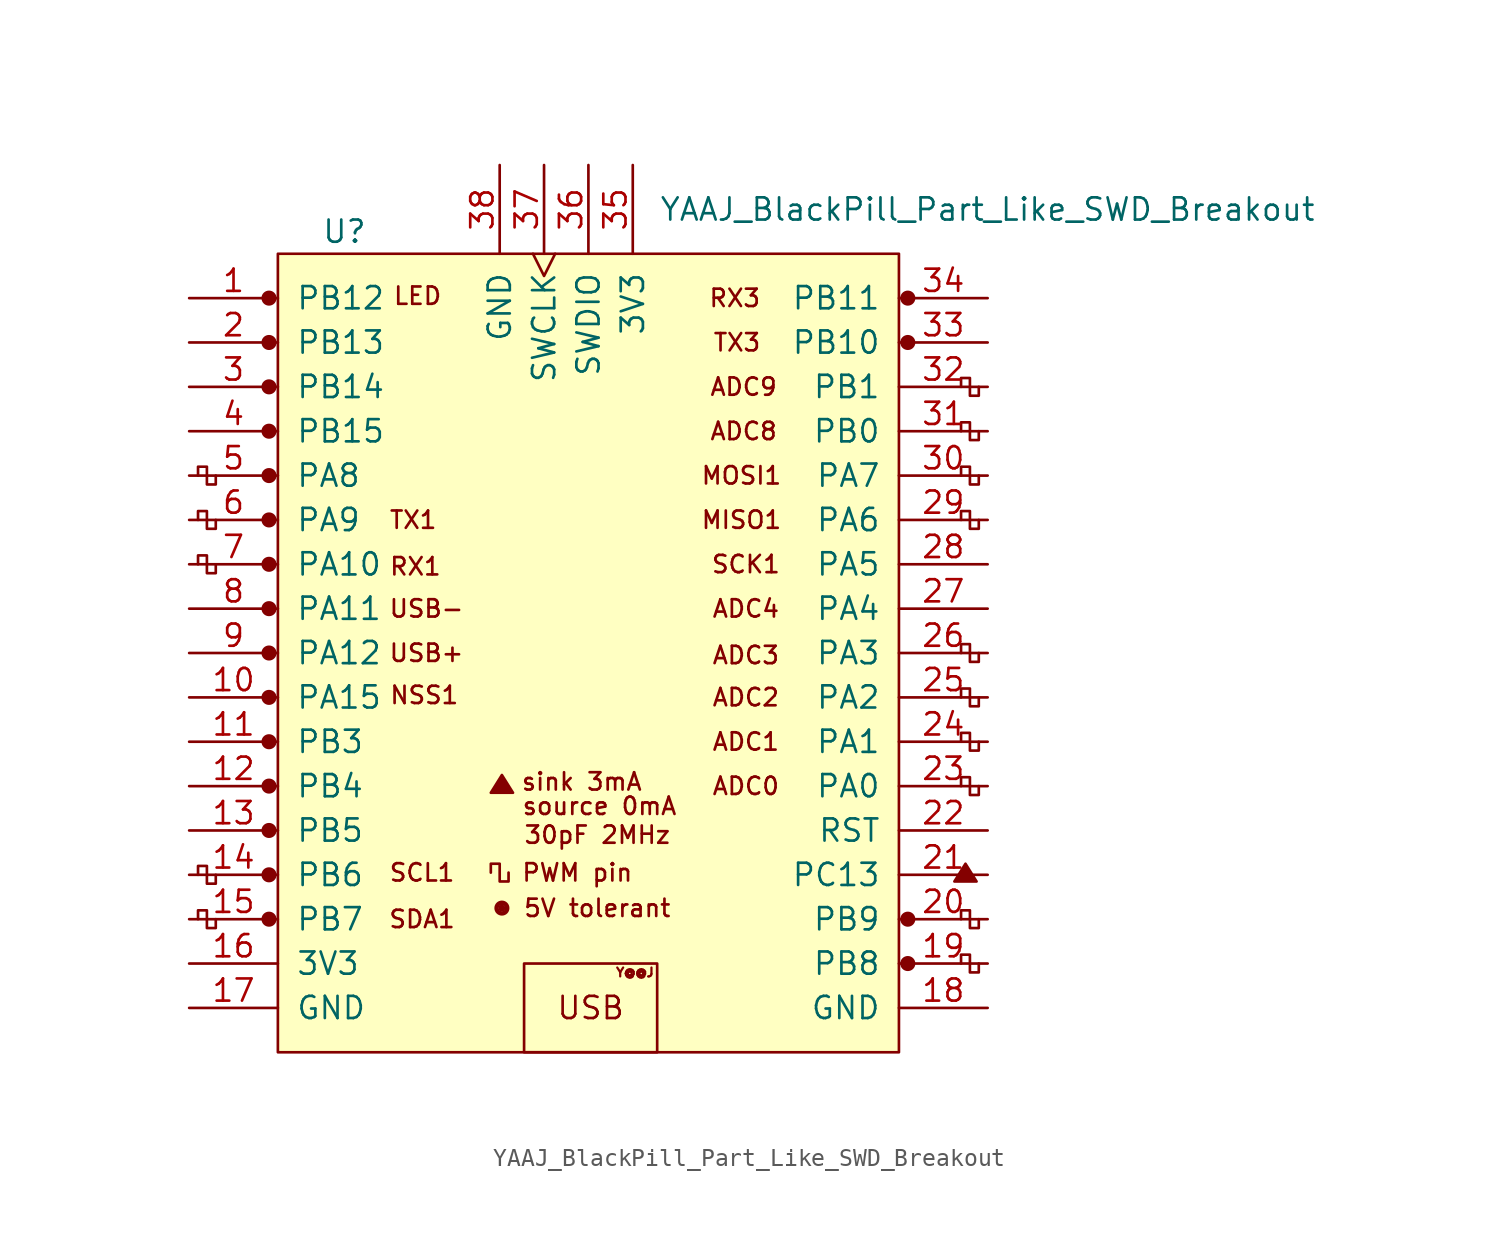
<source format=kicad_sym>
(kicad_symbol_lib
  (version 20241209)
  (generator "kicad_symbol_editor")
  (generator_version "9.0")
  (symbol "YAAJ_BlackPill_Part_Like_SWD_Breakout"
    (pin_names
      (offset 1.016))
    (property "Reference" "U"
      (at -13.97 24.13 0)
      (effects (font (size 1.27 1.27))))
    (property "Value" "YAAJ_BlackPill_Part_Like_SWD_Breakout"
      (at 22.86 25.4 0)
      (effects (font (size 1.27 1.27))))
    (symbol "YAAJ_BlackPill_Part_Like_SWD_Breakout_0_0"
      (circle (center -18.288 20.32) (radius 0.356) (stroke (width 0) (type solid)) (fill (type outline)))
      (circle (center -18.288 15.24) (radius 0.356) (stroke (width 0) (type solid)) (fill (type outline)))
      (circle (center -18.288 12.7) (radius 0.356) (stroke (width 0) (type solid)) (fill (type outline)))
      (circle (center -18.288 10.16) (radius 0.356) (stroke (width 0) (type solid)) (fill (type outline)))
      (circle (center -18.288 7.62) (radius 0.356) (stroke (width 0) (type solid)) (fill (type outline)))
      (circle (center -18.288 5.08) (radius 0.356) (stroke (width 0) (type solid)) (fill (type outline)))
      (circle (center -18.288 2.54) (radius 0.356) (stroke (width 0) (type solid)) (fill (type outline)))
      (circle (center -18.288 0) (radius 0.356) (stroke (width 0) (type solid)) (fill (type outline)))
      (circle (center -18.288 -2.54) (radius 0.356) (stroke (width 0) (type solid)) (fill (type outline)))
      (circle (center -18.288 -5.08) (radius 0.356) (stroke (width 0) (type solid)) (fill (type outline)))
      (circle (center -18.288 -7.62) (radius 0.356) (stroke (width 0) (type solid)) (fill (type outline)))
      (circle (center -18.288 -10.16) (radius 0.356) (stroke (width 0) (type solid)) (fill (type outline)))
      (circle (center -18.288 -12.7) (radius 0.356) (stroke (width 0) (type solid)) (fill (type outline)))
      (circle (center -18.288 -15.24) (radius 0.356) (stroke (width 0) (type solid)) (fill (type outline)))
      (polyline (pts (xy -5.588 -8.001) (xy -4.953 -6.985) (xy -4.318 -8.001) (xy -5.588 -8.001) (xy -4.953 -7.112) (xy -4.445 -8.001) (xy -5.461 -7.874) (xy -4.953 -7.239) (xy -4.572 -8.001) (xy -5.334 -7.747) (xy -4.826 -7.366) (xy -4.699 -8.001) (xy -5.207 -7.62) (xy -4.699 -7.493) (xy -4.826 -7.874) (xy -5.08 -7.62) (xy -4.826 -7.747) (xy -4.953 -7.493)) (stroke (width 0) (type solid)) (fill (type none)))
      (circle (center -4.953 -14.605) (radius 0.127) (stroke (width 0) (type solid)) (fill (type outline)))
      (circle (center -4.953 -14.605) (radius 0.254) (stroke (width 0) (type solid)) (fill (type none)))
      (circle (center -4.953 -14.605) (radius 0.356) (stroke (width 0) (type solid)) (fill (type none)))
      (circle (center 18.288 20.32) (radius 0.254) (stroke (width 0) (type solid)) (fill (type outline)))
      (circle (center 18.288 20.32) (radius 0.356) (stroke (width 0) (type solid)) (fill (type none)))
      (circle (center 18.288 17.78) (radius 0.254) (stroke (width 0) (type solid)) (fill (type outline)))
      (circle (center 18.288 17.78) (radius 0.356) (stroke (width 0) (type solid)) (fill (type none)))
      (circle (center 18.288 -15.24) (radius 0.356) (stroke (width 0) (type solid)) (fill (type outline)))
      (circle (center 18.288 -17.78) (radius 0.356) (stroke (width 0) (type solid)) (fill (type outline)))
      (polyline (pts (xy 20.955 -13.081) (xy 21.59 -12.065) (xy 22.225 -13.081) (xy 20.955 -13.081) (xy 21.59 -12.192) (xy 22.098 -13.081) (xy 21.082 -12.954) (xy 21.59 -12.319) (xy 21.971 -13.081) (xy 21.209 -12.827) (xy 21.717 -12.446) (xy 21.844 -13.081) (xy 21.336 -12.7) (xy 21.844 -12.573) (xy 21.717 -12.954) (xy 21.463 -12.7) (xy 21.717 -12.827) (xy 21.59 -12.573)) (stroke (width 0) (type solid)) (fill (type none)))
      (text "TX1" (at -10.033 7.62 0) (effects (font (size 0.991 0.991))))
      (text "RX1" (at -9.906 4.953 0) (effects (font (size 0.991 0.991))))
      (text "LED" (at -9.779 20.447 0) (effects (font (size 0.991 0.991))))
      (text "SCL1" (at -9.525 -12.573 0) (effects (font (size 0.991 0.991))))
      (text "SDA1" (at -9.525 -15.24 0) (effects (font (size 0.991 0.991))))
      (text "NSS1" (at -9.398 -2.413 0) (effects (font (size 0.991 0.991))))
      (text "USB-" (at -9.271 2.54 0) (effects (font (size 0.991 0.991))))
      (text "USB+" (at -9.271 0 0) (effects (font (size 0.991 0.991))))
      (text "PWM pin" (at -0.635 -12.573 0) (effects (font (size 0.991 0.991))))
      (text "sink 3mA" (at -0.381 -7.366 0) (effects (font (size 0.991 0.991))))
      (text "USB" (at 0.127 -20.32 0) (effects (font (size 1.27 1.27))))
      (text "30pF 2MHz" (at 0.508 -10.414 0) (effects (font (size 0.991 0.991))))
      (text "5V tolerant" (at 0.508 -14.605 0) (effects (font (size 0.991 0.991))))
      (text "source 0mA" (at 0.635 -8.763 0) (effects (font (size 0.991 0.991))))
      (text "Y@@J" (at 2.667 -18.288 0) (effects (font (size 0.508 0.508))))
      (text "RX3" (at 8.382 20.32 0) (effects (font (size 0.991 0.991))))
      (text "TX3" (at 8.509 17.78 0) (effects (font (size 0.991 0.991))))
      (text "MOSI1" (at 8.763 10.16 0) (effects (font (size 0.991 0.991))))
      (text "MISO1" (at 8.763 7.62 0) (effects (font (size 0.991 0.991))))
      (text "ADC9" (at 8.89 15.24 0) (effects (font (size 0.991 0.991))))
      (text "ADC8" (at 8.89 12.7 0) (effects (font (size 0.991 0.991))))
      (text "SCK1" (at 9.017 5.08 0) (effects (font (size 0.991 0.991))))
      (text "ADC4" (at 9.017 2.54 0) (effects (font (size 0.991 0.991))))
      (text "ADC3" (at 9.017 -0.127 0) (effects (font (size 0.991 0.991))))
      (text "ADC2" (at 9.017 -2.54 0) (effects (font (size 0.991 0.991))))
      (text "ADC1" (at 9.017 -5.08 0) (effects (font (size 0.991 0.991))))
      (text "ADC0" (at 9.017 -7.62 0) (effects (font (size 0.991 0.991)))))
    (symbol "YAAJ_BlackPill_Part_Like_SWD_Breakout_0_1"
      (polyline (pts (xy -21.336 10.16) (xy -21.336 9.652) (xy -21.844 9.652) (xy -21.844 10.668) (xy -22.352 10.668) (xy -22.352 10.16)) (stroke (width 0) (type solid)) (fill (type none)))
      (polyline (pts (xy -21.336 7.62) (xy -21.336 7.112) (xy -21.844 7.112) (xy -21.844 8.128) (xy -22.352 8.128) (xy -22.352 7.62)) (stroke (width 0) (type solid)) (fill (type none)))
      (polyline (pts (xy -21.336 5.08) (xy -21.336 4.572) (xy -21.844 4.572) (xy -21.844 5.588) (xy -22.352 5.588) (xy -22.352 5.08)) (stroke (width 0) (type solid)) (fill (type none)))
      (polyline (pts (xy -21.336 -12.7) (xy -21.336 -13.208) (xy -21.844 -13.208) (xy -21.844 -12.192) (xy -22.352 -12.192) (xy -22.352 -12.7)) (stroke (width 0) (type solid)) (fill (type none)))
      (polyline (pts (xy -21.336 -15.24) (xy -21.336 -15.748) (xy -21.844 -15.748) (xy -21.844 -14.732) (xy -22.352 -14.732) (xy -22.352 -15.24)) (stroke (width 0) (type solid)) (fill (type none)))
      (rectangle (start -17.78 22.86) (end 17.78 -22.86) (stroke (width 0) (type solid)) (fill (type background)))
      (polyline (pts (xy -4.572 -12.573) (xy -4.572 -13.081) (xy -5.08 -13.081) (xy -5.08 -12.065) (xy -5.588 -12.065) (xy -5.588 -12.573)) (stroke (width 0) (type solid)) (fill (type none)))
      (rectangle (start 3.937 -17.78) (end -3.683 -22.86) (stroke (width 0) (type solid)) (fill (type none)))
      (polyline (pts (xy 21.336 -15.24) (xy 21.336 -14.732) (xy 21.844 -14.732) (xy 21.844 -15.748) (xy 22.352 -15.748) (xy 22.352 -15.24)) (stroke (width 0) (type solid)) (fill (type none)))
      (polyline (pts (xy 21.336 -17.78) (xy 21.336 -17.272) (xy 21.844 -17.272) (xy 21.844 -18.288) (xy 22.352 -18.288) (xy 22.352 -17.78)) (stroke (width 0) (type solid)) (fill (type none)))
      (polyline (pts (xy 22.352 15.24) (xy 22.352 14.732) (xy 21.844 14.732) (xy 21.844 15.748) (xy 21.336 15.748) (xy 21.336 15.24)) (stroke (width 0) (type solid)) (fill (type none)))
      (polyline (pts (xy 22.352 12.7) (xy 22.352 12.192) (xy 21.844 12.192) (xy 21.844 13.208) (xy 21.336 13.208) (xy 21.336 12.7)) (stroke (width 0) (type solid)) (fill (type none)))
      (polyline (pts (xy 22.352 10.16) (xy 22.352 9.652) (xy 21.844 9.652) (xy 21.844 10.668) (xy 21.336 10.668) (xy 21.336 10.16)) (stroke (width 0) (type solid)) (fill (type none)))
      (polyline (pts (xy 22.352 7.62) (xy 22.352 7.112) (xy 21.844 7.112) (xy 21.844 8.128) (xy 21.336 8.128) (xy 21.336 7.62)) (stroke (width 0) (type solid)) (fill (type none)))
      (polyline (pts (xy 22.352 0) (xy 22.352 -0.508) (xy 21.844 -0.508) (xy 21.844 0.508) (xy 21.336 0.508) (xy 21.336 0)) (stroke (width 0) (type solid)) (fill (type none)))
      (polyline (pts (xy 22.352 -2.54) (xy 22.352 -3.048) (xy 21.844 -3.048) (xy 21.844 -2.032) (xy 21.336 -2.032) (xy 21.336 -2.54)) (stroke (width 0) (type solid)) (fill (type none)))
      (polyline (pts (xy 22.352 -5.08) (xy 22.352 -5.588) (xy 21.844 -5.588) (xy 21.844 -4.572) (xy 21.336 -4.572) (xy 21.336 -5.08)) (stroke (width 0) (type solid)) (fill (type none)))
      (polyline (pts (xy 22.352 -7.62) (xy 22.352 -8.128) (xy 21.844 -8.128) (xy 21.844 -7.112) (xy 21.336 -7.112) (xy 21.336 -7.62)) (stroke (width 0) (type solid)) (fill (type none))))
    (symbol "YAAJ_BlackPill_Part_Like_SWD_Breakout_1_1"
      (circle (center -18.288 17.78) (radius 0.356) (stroke (width 0) (type solid)) (fill (type outline)))
      (pin bidirectional line (at -22.86 20.32 0) (length 5.08) (name "PB12" (effects (font (size 1.27 1.27)))) (number "1" (effects (font (size 1.27 1.27)))))
      (pin bidirectional line (at -22.86 17.78 0) (length 5.08) (name "PB13" (effects (font (size 1.27 1.27)))) (number "2" (effects (font (size 1.27 1.27)))))
      (pin bidirectional line (at -22.86 15.24 0) (length 5.08) (name "PB14" (effects (font (size 1.27 1.27)))) (number "3" (effects (font (size 1.27 1.27)))))
      (pin bidirectional line (at -22.86 12.7 0) (length 5.08) (name "PB15" (effects (font (size 1.27 1.27)))) (number "4" (effects (font (size 1.27 1.27)))))
      (pin bidirectional line (at -22.86 10.16 0) (length 5.08) (name "PA8" (effects (font (size 1.27 1.27)))) (number "5" (effects (font (size 1.27 1.27)))))
      (pin bidirectional line (at -22.86 7.62 0) (length 5.08) (name "PA9" (effects (font (size 1.27 1.27)))) (number "6" (effects (font (size 1.27 1.27)))))
      (pin bidirectional line (at -22.86 5.08 0) (length 5.08) (name "PA10" (effects (font (size 1.27 1.27)))) (number "7" (effects (font (size 1.27 1.27)))))
      (pin bidirectional line (at -22.86 2.54 0) (length 5.08) (name "PA11" (effects (font (size 1.27 1.27)))) (number "8" (effects (font (size 1.27 1.27)))))
      (pin bidirectional line (at -22.86 0 0) (length 5.08) (name "PA12" (effects (font (size 1.27 1.27)))) (number "9" (effects (font (size 1.27 1.27)))))
      (pin bidirectional line (at -22.86 -2.54 0) (length 5.08) (name "PA15" (effects (font (size 1.27 1.27)))) (number "10" (effects (font (size 1.27 1.27)))))
      (pin bidirectional line (at -22.86 -5.08 0) (length 5.08) (name "PB3" (effects (font (size 1.27 1.27)))) (number "11" (effects (font (size 1.27 1.27)))))
      (pin bidirectional line (at -22.86 -7.62 0) (length 5.08) (name "PB4" (effects (font (size 1.27 1.27)))) (number "12" (effects (font (size 1.27 1.27)))))
      (pin bidirectional line (at -22.86 -10.16 0) (length 5.08) (name "PB5" (effects (font (size 1.27 1.27)))) (number "13" (effects (font (size 1.27 1.27)))))
      (pin bidirectional line (at -22.86 -12.7 0) (length 5.08) (name "PB6" (effects (font (size 1.27 1.27)))) (number "14" (effects (font (size 1.27 1.27)))))
      (pin bidirectional line (at -22.86 -15.24 0) (length 5.08) (name "PB7" (effects (font (size 1.27 1.27)))) (number "15" (effects (font (size 1.27 1.27)))))
      (pin power_in line (at -22.86 -17.78 0) (length 5.08) (name "3V3" (effects (font (size 1.27 1.27)))) (number "16" (effects (font (size 1.27 1.27)))))
      (pin power_in line (at -22.86 -20.32 0) (length 5.08) (name "GND" (effects (font (size 1.27 1.27)))) (number "17" (effects (font (size 1.27 1.27)))))
      (pin power_in line (at -5.08 27.94 270) (length 5.08) (name "GND" (effects (font (size 1.27 1.27)))) (number "38" (effects (font (size 1.27 1.27)))))
      (pin input clock (at -2.54 27.94 270) (length 5.08) (name "SWCLK" (effects (font (size 1.27 1.27)))) (number "37" (effects (font (size 1.27 1.27)))))
      (pin bidirectional line (at 0 27.94 270) (length 5.08) (name "SWDIO" (effects (font (size 1.27 1.27)))) (number "36" (effects (font (size 1.27 1.27)))))
      (pin power_in line (at 2.54 27.94 270) (length 5.08) (name "3V3" (effects (font (size 1.27 1.27)))) (number "35" (effects (font (size 1.27 1.27)))))
      (pin bidirectional line (at 22.86 20.32 180) (length 5.08) (name "PB11" (effects (font (size 1.27 1.27)))) (number "34" (effects (font (size 1.27 1.27)))))
      (pin bidirectional line (at 22.86 17.78 180) (length 5.08) (name "PB10" (effects (font (size 1.27 1.27)))) (number "33" (effects (font (size 1.27 1.27)))))
      (pin bidirectional line (at 22.86 15.24 180) (length 5.08) (name "PB1" (effects (font (size 1.27 1.27)))) (number "32" (effects (font (size 1.27 1.27)))))
      (pin bidirectional line (at 22.86 12.7 180) (length 5.08) (name "PB0" (effects (font (size 1.27 1.27)))) (number "31" (effects (font (size 1.27 1.27)))))
      (pin bidirectional line (at 22.86 10.16 180) (length 5.08) (name "PA7" (effects (font (size 1.27 1.27)))) (number "30" (effects (font (size 1.27 1.27)))))
      (pin bidirectional line (at 22.86 7.62 180) (length 5.08) (name "PA6" (effects (font (size 1.27 1.27)))) (number "29" (effects (font (size 1.27 1.27)))))
      (pin bidirectional line (at 22.86 5.08 180) (length 5.08) (name "PA5" (effects (font (size 1.27 1.27)))) (number "28" (effects (font (size 1.27 1.27)))))
      (pin bidirectional line (at 22.86 2.54 180) (length 5.08) (name "PA4" (effects (font (size 1.27 1.27)))) (number "27" (effects (font (size 1.27 1.27)))))
      (pin bidirectional line (at 22.86 0 180) (length 5.08) (name "PA3" (effects (font (size 1.27 1.27)))) (number "26" (effects (font (size 1.27 1.27)))))
      (pin bidirectional line (at 22.86 -2.54 180) (length 5.08) (name "PA2" (effects (font (size 1.27 1.27)))) (number "25" (effects (font (size 1.27 1.27)))))
      (pin bidirectional line (at 22.86 -5.08 180) (length 5.08) (name "PA1" (effects (font (size 1.27 1.27)))) (number "24" (effects (font (size 1.27 1.27)))))
      (pin bidirectional line (at 22.86 -7.62 180) (length 5.08) (name "PA0" (effects (font (size 1.27 1.27)))) (number "23" (effects (font (size 1.27 1.27)))))
      (pin input line (at 22.86 -10.16 180) (length 5.08) (name "RST" (effects (font (size 1.27 1.27)))) (number "22" (effects (font (size 1.27 1.27)))))
      (pin bidirectional line (at 22.86 -12.7 180) (length 5.08) (name "PC13" (effects (font (size 1.27 1.27)))) (number "21" (effects (font (size 1.27 1.27)))))
      (pin bidirectional line (at 22.86 -15.24 180) (length 5.08) (name "PB9" (effects (font (size 1.27 1.27)))) (number "20" (effects (font (size 1.27 1.27)))))
      (pin bidirectional line (at 22.86 -17.78 180) (length 5.08) (name "PB8" (effects (font (size 1.27 1.27)))) (number "19" (effects (font (size 1.27 1.27)))))
      (pin power_in line (at 22.86 -20.32 180) (length 5.08) (name "GND" (effects (font (size 1.27 1.27)))) (number "18" (effects (font (size 1.27 1.27))))))))
</source>
